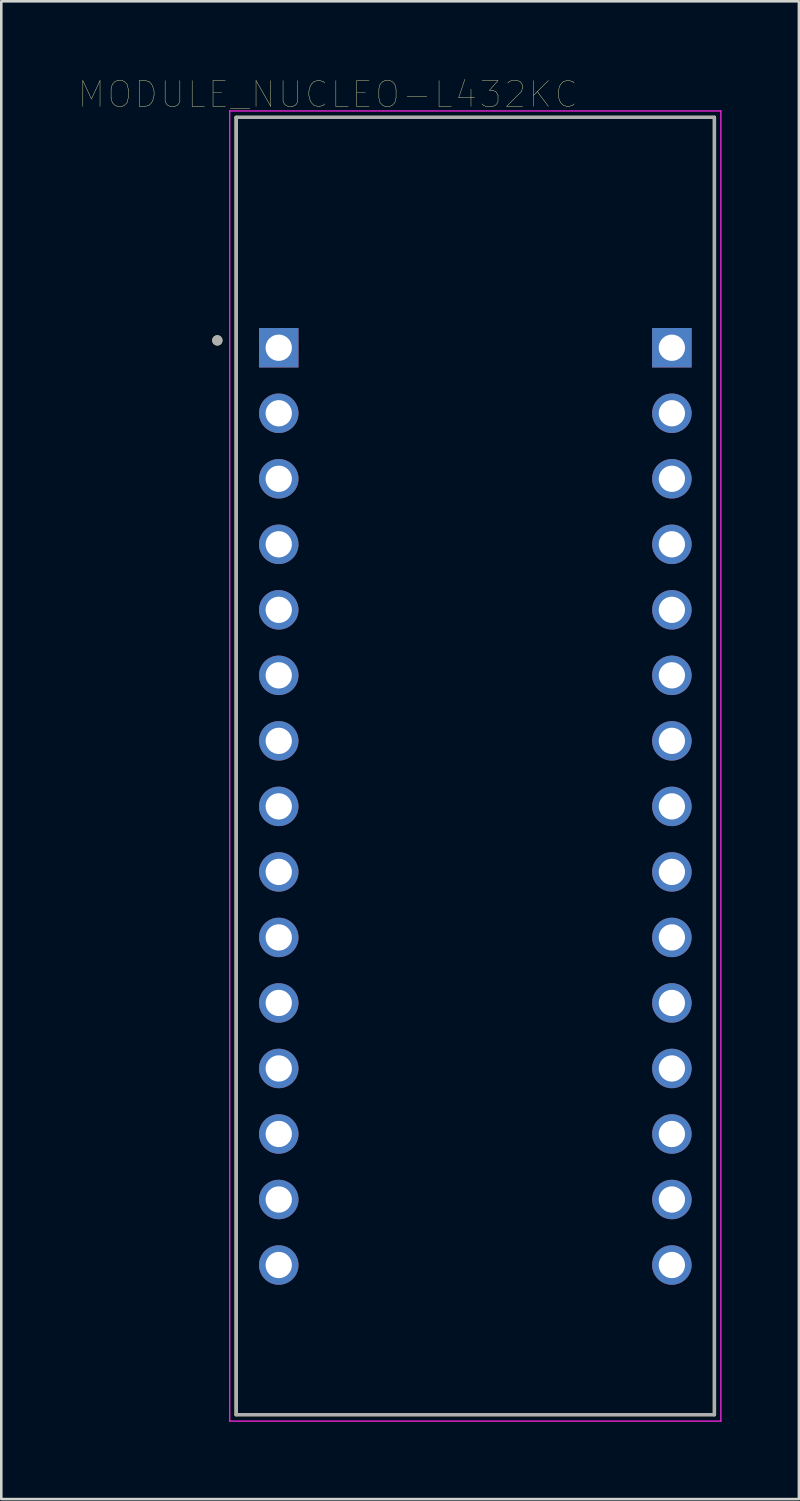
<source format=kicad_pcb>
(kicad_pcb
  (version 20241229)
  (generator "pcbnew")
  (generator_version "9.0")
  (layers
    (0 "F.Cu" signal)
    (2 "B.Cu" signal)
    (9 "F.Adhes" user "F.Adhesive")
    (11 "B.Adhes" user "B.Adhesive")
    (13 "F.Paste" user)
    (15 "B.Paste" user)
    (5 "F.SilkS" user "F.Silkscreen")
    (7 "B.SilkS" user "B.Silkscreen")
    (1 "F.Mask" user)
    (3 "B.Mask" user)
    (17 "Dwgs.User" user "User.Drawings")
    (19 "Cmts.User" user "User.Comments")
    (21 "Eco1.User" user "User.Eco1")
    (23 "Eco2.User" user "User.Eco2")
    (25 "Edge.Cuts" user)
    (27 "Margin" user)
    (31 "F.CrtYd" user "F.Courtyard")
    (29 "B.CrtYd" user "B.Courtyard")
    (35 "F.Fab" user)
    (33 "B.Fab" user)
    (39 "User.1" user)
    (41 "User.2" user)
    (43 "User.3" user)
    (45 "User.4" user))
  (footprint "MODULE_NUCLEO-L432KC"
    (layer "F.Cu")
    (at 15.376 26.646)
    (property "Reference" "MODULE_NUCLEO-L432KC" (at -5.715 -26.035 0) (layer "F.SilkS") (effects (font (size 1 1) (thickness 0.015))))
    (attr through_hole)
    (fp_line (start -9.27 -25.145) (end 9.27 -25.145) (stroke (width 0.127) (type solid)) (layer "F.SilkS"))
    (fp_line (start -9.27 25.145) (end -9.27 -25.145) (stroke (width 0.127) (type solid)) (layer "F.SilkS"))
    (fp_line (start 9.27 -25.145) (end 9.27 25.145) (stroke (width 0.127) (type solid)) (layer "F.SilkS"))
    (fp_line (start 9.27 25.145) (end -9.27 25.145) (stroke (width 0.127) (type solid)) (layer "F.SilkS"))
    (fp_circle (center -10 -16.5) (end -9.9 -16.5) (stroke (width 0.2) (type solid)) (fill no) (layer "F.SilkS"))
    (fp_line (start -9.52 -25.395) (end 9.52 -25.395) (stroke (width 0.05) (type solid)) (layer "F.CrtYd"))
    (fp_line (start -9.52 25.395) (end -9.52 -25.395) (stroke (width 0.05) (type solid)) (layer "F.CrtYd"))
    (fp_line (start 9.52 -25.395) (end 9.52 25.395) (stroke (width 0.05) (type solid)) (layer "F.CrtYd"))
    (fp_line (start 9.52 25.395) (end -9.52 25.395) (stroke (width 0.05) (type solid)) (layer "F.CrtYd"))
    (fp_line (start -9.27 -25.145) (end 9.27 -25.145) (stroke (width 0.127) (type solid)) (layer "F.Fab"))
    (fp_line (start -9.27 25.145) (end -9.27 -25.145) (stroke (width 0.127) (type solid)) (layer "F.Fab"))
    (fp_line (start 9.27 -25.145) (end 9.27 25.145) (stroke (width 0.127) (type solid)) (layer "F.Fab"))
    (fp_line (start 9.27 25.145) (end -9.27 25.145) (stroke (width 0.127) (type solid)) (layer "F.Fab"))
    (fp_circle (center -10 -16.5) (end -9.9 -16.5) (stroke (width 0.2) (type solid)) (fill no) (layer "F.Fab"))
    (pad "CN3_1" thru_hole rect (at -7.62 -16.215) (size 1.53 1.53) (drill 1.02) (layers "*.Cu" "*.Mask"))
    (pad "CN3_2" thru_hole circle (at -7.62 -13.675) (size 1.53 1.53) (drill 1.02) (layers "*.Cu" "*.Mask"))
    (pad "CN3_3" thru_hole circle (at -7.62 -11.135) (size 1.53 1.53) (drill 1.02) (layers "*.Cu" "*.Mask"))
    (pad "CN3_4" thru_hole circle (at -7.62 -8.595) (size 1.53 1.53) (drill 1.02) (layers "*.Cu" "*.Mask"))
    (pad "CN3_5" thru_hole circle (at -7.62 -6.055) (size 1.53 1.53) (drill 1.02) (layers "*.Cu" "*.Mask"))
    (pad "CN3_6" thru_hole circle (at -7.62 -3.515) (size 1.53 1.53) (drill 1.02) (layers "*.Cu" "*.Mask"))
    (pad "CN3_7" thru_hole circle (at -7.62 -0.975) (size 1.53 1.53) (drill 1.02) (layers "*.Cu" "*.Mask"))
    (pad "CN3_8" thru_hole circle (at -7.62 1.565) (size 1.53 1.53) (drill 1.02) (layers "*.Cu" "*.Mask"))
    (pad "CN3_9" thru_hole circle (at -7.62 4.105) (size 1.53 1.53) (drill 1.02) (layers "*.Cu" "*.Mask"))
    (pad "CN3_10" thru_hole circle (at -7.62 6.645) (size 1.53 1.53) (drill 1.02) (layers "*.Cu" "*.Mask"))
    (pad "CN3_11" thru_hole circle (at -7.62 9.185) (size 1.53 1.53) (drill 1.02) (layers "*.Cu" "*.Mask"))
    (pad "CN3_12" thru_hole circle (at -7.62 11.725) (size 1.53 1.53) (drill 1.02) (layers "*.Cu" "*.Mask"))
    (pad "CN3_13" thru_hole circle (at -7.62 14.265) (size 1.53 1.53) (drill 1.02) (layers "*.Cu" "*.Mask"))
    (pad "CN3_14" thru_hole circle (at -7.62 16.805) (size 1.53 1.53) (drill 1.02) (layers "*.Cu" "*.Mask"))
    (pad "CN3_15" thru_hole circle (at -7.62 19.345) (size 1.53 1.53) (drill 1.02) (layers "*.Cu" "*.Mask"))
    (pad "CN4_1" thru_hole rect (at 7.62 -16.215) (size 1.53 1.53) (drill 1.02) (layers "*.Cu" "*.Mask"))
    (pad "CN4_2" thru_hole circle (at 7.62 -13.675) (size 1.53 1.53) (drill 1.02) (layers "*.Cu" "*.Mask"))
    (pad "CN4_3" thru_hole circle (at 7.62 -11.135) (size 1.53 1.53) (drill 1.02) (layers "*.Cu" "*.Mask"))
    (pad "CN4_4" thru_hole circle (at 7.62 -8.595) (size 1.53 1.53) (drill 1.02) (layers "*.Cu" "*.Mask"))
    (pad "CN4_5" thru_hole circle (at 7.62 -6.055) (size 1.53 1.53) (drill 1.02) (layers "*.Cu" "*.Mask"))
    (pad "CN4_6" thru_hole circle (at 7.62 -3.515) (size 1.53 1.53) (drill 1.02) (layers "*.Cu" "*.Mask"))
    (pad "CN4_7" thru_hole circle (at 7.62 -0.975) (size 1.53 1.53) (drill 1.02) (layers "*.Cu" "*.Mask"))
    (pad "CN4_8" thru_hole circle (at 7.62 1.565) (size 1.53 1.53) (drill 1.02) (layers "*.Cu" "*.Mask"))
    (pad "CN4_9" thru_hole circle (at 7.62 4.105) (size 1.53 1.53) (drill 1.02) (layers "*.Cu" "*.Mask"))
    (pad "CN4_10" thru_hole circle (at 7.62 6.645) (size 1.53 1.53) (drill 1.02) (layers "*.Cu" "*.Mask"))
    (pad "CN4_11" thru_hole circle (at 7.62 9.185) (size 1.53 1.53) (drill 1.02) (layers "*.Cu" "*.Mask"))
    (pad "CN4_12" thru_hole circle (at 7.62 11.725) (size 1.53 1.53) (drill 1.02) (layers "*.Cu" "*.Mask"))
    (pad "CN4_13" thru_hole circle (at 7.62 14.265) (size 1.53 1.53) (drill 1.02) (layers "*.Cu" "*.Mask"))
    (pad "CN4_14" thru_hole circle (at 7.62 16.805) (size 1.53 1.53) (drill 1.02) (layers "*.Cu" "*.Mask"))
    (pad "CN4_15" thru_hole circle (at 7.62 19.345) (size 1.53 1.53) (drill 1.02) (layers "*.Cu" "*.Mask")))
  (gr_rect
    (start -3 -3)
    (end 27.921 55.066)
    (stroke (width 0.1) (type default))
    (fill no)
    (layer "Edge.Cuts")))
</source>
